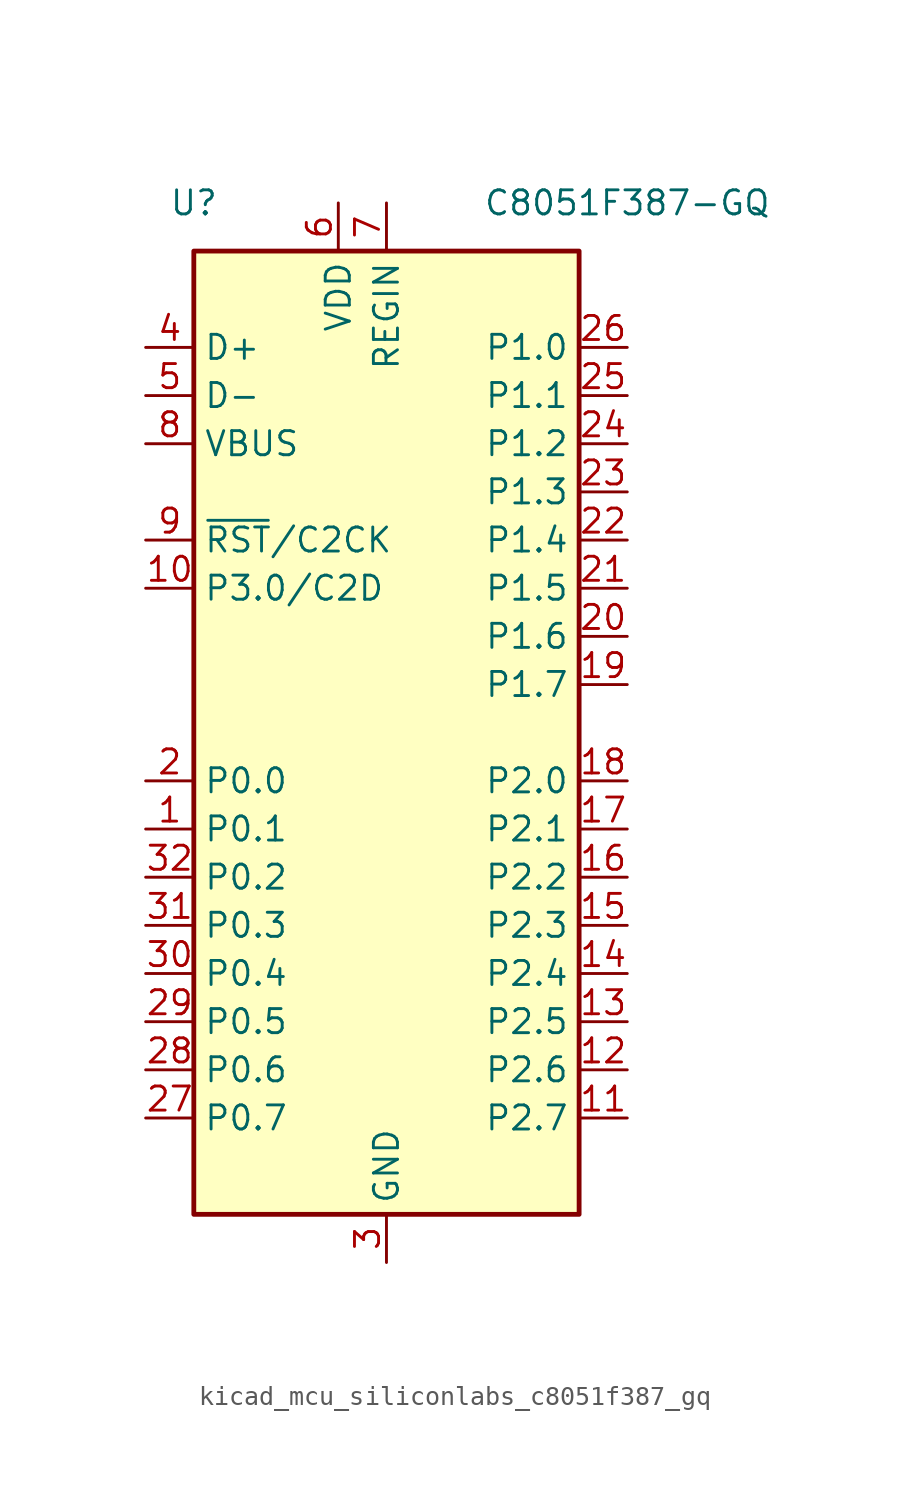
<source format=kicad_sym>
(kicad_symbol_lib
  (version 20220914)
  (generator kicad_symbol_editor)
  (symbol "kicad_mcu_siliconlabs_c8051f387_gq"
    (property "Reference" "U"
      (at -10.16 27.94 0)
      (effects (font (size 1.27 1.27))))
    (property "Value" "C8051F387-GQ"
      (at 12.7 27.94 0)
      (effects (font (size 1.27 1.27))))
    (symbol "kicad_mcu_siliconlabs_c8051f387_gq_0_1"
      (rectangle (start -10.16 25.4) (end 10.16 -25.4) (stroke (width 0.254) (type default)) (fill (type background))))
    (symbol "kicad_mcu_siliconlabs_c8051f387_gq_1_1"
      (pin bidirectional line (at -12.7 -5.08 0) (length 2.54) (name "P0.1" (effects (font (size 1.27 1.27)))) (number "1" (effects (font (size 1.27 1.27)))))
      (pin bidirectional line (at -12.7 7.62 0) (length 2.54) (name "P3.0/C2D" (effects (font (size 1.27 1.27)))) (number "10" (effects (font (size 1.27 1.27)))))
      (pin bidirectional line (at 12.7 -20.32 180) (length 2.54) (name "P2.7" (effects (font (size 1.27 1.27)))) (number "11" (effects (font (size 1.27 1.27)))))
      (pin bidirectional line (at 12.7 -17.78 180) (length 2.54) (name "P2.6" (effects (font (size 1.27 1.27)))) (number "12" (effects (font (size 1.27 1.27)))))
      (pin bidirectional line (at 12.7 -15.24 180) (length 2.54) (name "P2.5" (effects (font (size 1.27 1.27)))) (number "13" (effects (font (size 1.27 1.27)))))
      (pin bidirectional line (at 12.7 -12.7 180) (length 2.54) (name "P2.4" (effects (font (size 1.27 1.27)))) (number "14" (effects (font (size 1.27 1.27)))))
      (pin bidirectional line (at 12.7 -10.16 180) (length 2.54) (name "P2.3" (effects (font (size 1.27 1.27)))) (number "15" (effects (font (size 1.27 1.27)))))
      (pin bidirectional line (at 12.7 -7.62 180) (length 2.54) (name "P2.2" (effects (font (size 1.27 1.27)))) (number "16" (effects (font (size 1.27 1.27)))))
      (pin bidirectional line (at 12.7 -5.08 180) (length 2.54) (name "P2.1" (effects (font (size 1.27 1.27)))) (number "17" (effects (font (size 1.27 1.27)))))
      (pin bidirectional line (at 12.7 -2.54 180) (length 2.54) (name "P2.0" (effects (font (size 1.27 1.27)))) (number "18" (effects (font (size 1.27 1.27)))))
      (pin bidirectional line (at 12.7 2.54 180) (length 2.54) (name "P1.7" (effects (font (size 1.27 1.27)))) (number "19" (effects (font (size 1.27 1.27)))))
      (pin bidirectional line (at -12.7 -2.54 0) (length 2.54) (name "P0.0" (effects (font (size 1.27 1.27)))) (number "2" (effects (font (size 1.27 1.27)))))
      (pin bidirectional line (at 12.7 5.08 180) (length 2.54) (name "P1.6" (effects (font (size 1.27 1.27)))) (number "20" (effects (font (size 1.27 1.27)))))
      (pin bidirectional line (at 12.7 7.62 180) (length 2.54) (name "P1.5" (effects (font (size 1.27 1.27)))) (number "21" (effects (font (size 1.27 1.27)))))
      (pin bidirectional line (at 12.7 10.16 180) (length 2.54) (name "P1.4" (effects (font (size 1.27 1.27)))) (number "22" (effects (font (size 1.27 1.27)))))
      (pin bidirectional line (at 12.7 12.7 180) (length 2.54) (name "P1.3" (effects (font (size 1.27 1.27)))) (number "23" (effects (font (size 1.27 1.27)))))
      (pin bidirectional line (at 12.7 15.24 180) (length 2.54) (name "P1.2" (effects (font (size 1.27 1.27)))) (number "24" (effects (font (size 1.27 1.27)))))
      (pin bidirectional line (at 12.7 17.78 180) (length 2.54) (name "P1.1" (effects (font (size 1.27 1.27)))) (number "25" (effects (font (size 1.27 1.27)))))
      (pin bidirectional line (at 12.7 20.32 180) (length 2.54) (name "P1.0" (effects (font (size 1.27 1.27)))) (number "26" (effects (font (size 1.27 1.27)))))
      (pin bidirectional line (at -12.7 -20.32 0) (length 2.54) (name "P0.7" (effects (font (size 1.27 1.27)))) (number "27" (effects (font (size 1.27 1.27)))))
      (pin bidirectional line (at -12.7 -17.78 0) (length 2.54) (name "P0.6" (effects (font (size 1.27 1.27)))) (number "28" (effects (font (size 1.27 1.27)))))
      (pin bidirectional line (at -12.7 -15.24 0) (length 2.54) (name "P0.5" (effects (font (size 1.27 1.27)))) (number "29" (effects (font (size 1.27 1.27)))))
      (pin power_in line (at 0 -27.94 90) (length 2.54) (name "GND" (effects (font (size 1.27 1.27)))) (number "3" (effects (font (size 1.27 1.27)))))
      (pin bidirectional line (at -12.7 -12.7 0) (length 2.54) (name "P0.4" (effects (font (size 1.27 1.27)))) (number "30" (effects (font (size 1.27 1.27)))))
      (pin bidirectional line (at -12.7 -10.16 0) (length 2.54) (name "P0.3" (effects (font (size 1.27 1.27)))) (number "31" (effects (font (size 1.27 1.27)))))
      (pin bidirectional line (at -12.7 -7.62 0) (length 2.54) (name "P0.2" (effects (font (size 1.27 1.27)))) (number "32" (effects (font (size 1.27 1.27)))))
      (pin bidirectional line (at -12.7 20.32 0) (length 2.54) (name "D+" (effects (font (size 1.27 1.27)))) (number "4" (effects (font (size 1.27 1.27)))))
      (pin bidirectional line (at -12.7 17.78 0) (length 2.54) (name "D-" (effects (font (size 1.27 1.27)))) (number "5" (effects (font (size 1.27 1.27)))))
      (pin power_in line (at -2.54 27.94 270) (length 2.54) (name "VDD" (effects (font (size 1.27 1.27)))) (number "6" (effects (font (size 1.27 1.27)))))
      (pin power_in line (at 0 27.94 270) (length 2.54) (name "REGIN" (effects (font (size 1.27 1.27)))) (number "7" (effects (font (size 1.27 1.27)))))
      (pin input line (at -12.7 15.24 0) (length 2.54) (name "VBUS" (effects (font (size 1.27 1.27)))) (number "8" (effects (font (size 1.27 1.27)))))
      (pin input line (at -12.7 10.16 0) (length 2.54) (name "~{RST}/C2CK" (effects (font (size 1.27 1.27)))) (number "9" (effects (font (size 1.27 1.27))))))))
</source>
